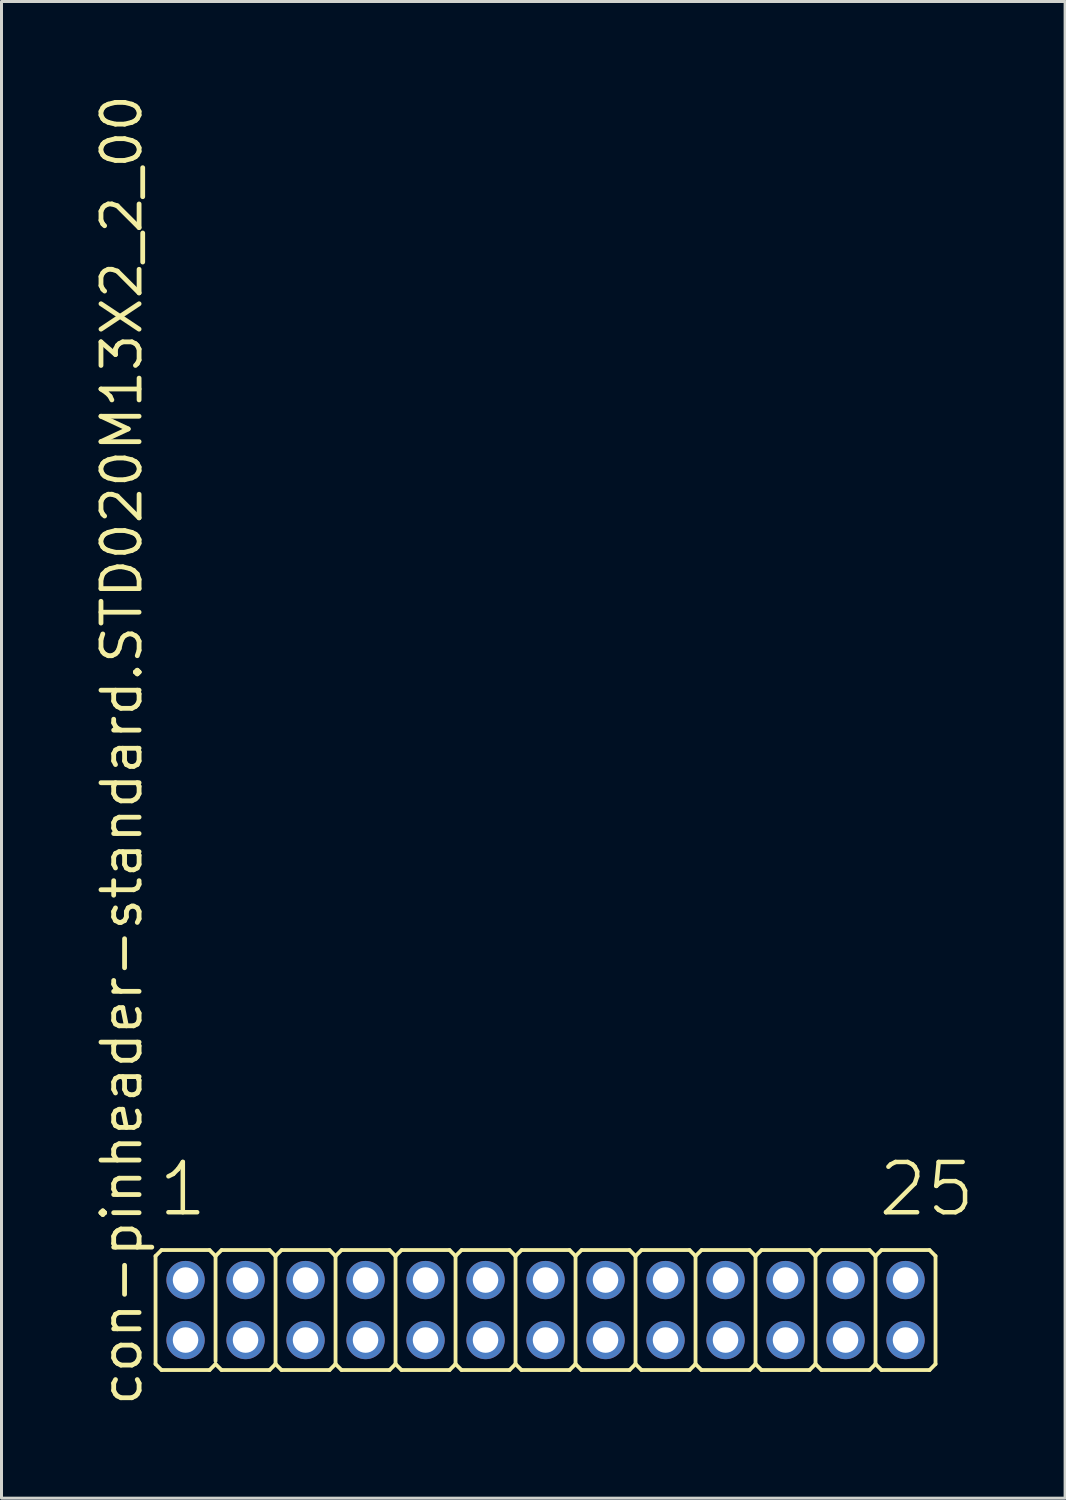
<source format=kicad_pcb>
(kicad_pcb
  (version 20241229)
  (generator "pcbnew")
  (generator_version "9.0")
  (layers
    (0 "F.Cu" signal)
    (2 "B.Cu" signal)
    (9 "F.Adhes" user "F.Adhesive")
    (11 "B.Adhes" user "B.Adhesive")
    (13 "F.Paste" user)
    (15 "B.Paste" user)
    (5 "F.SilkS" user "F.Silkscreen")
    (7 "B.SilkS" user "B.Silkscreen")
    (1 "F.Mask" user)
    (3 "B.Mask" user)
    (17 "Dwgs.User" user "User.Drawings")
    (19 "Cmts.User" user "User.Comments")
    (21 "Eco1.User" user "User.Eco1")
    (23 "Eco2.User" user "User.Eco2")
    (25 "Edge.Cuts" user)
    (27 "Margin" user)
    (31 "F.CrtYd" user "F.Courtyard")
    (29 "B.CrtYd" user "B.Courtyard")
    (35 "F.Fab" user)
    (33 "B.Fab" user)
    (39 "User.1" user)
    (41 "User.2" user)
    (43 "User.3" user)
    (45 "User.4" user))
  (footprint "con-pinheader-standard.STD020M13X2_2_00"
    (layer "F.Cu")
    (at 15.135 40.62)
    (property "Reference" "con-pinheader-standard.STD020M13X2_2_00" (at -13.385 3.27 90) (layer "F.SilkS") (effects (font (size 1.27 1.27) (thickness 0.16)) (justify left bottom)))
    (attr through_hole)
    (fp_line (start -13 1.8) (end -13 -1.8) (stroke (width 0.127) (type default)) (layer "F.SilkS"))
    (fp_line (start -12.8 -2) (end -13 -1.8) (stroke (width 0.127) (type default)) (layer "F.SilkS"))
    (fp_line (start -12.8 -2) (end -11.2 -2) (stroke (width 0.127) (type default)) (layer "F.SilkS"))
    (fp_line (start -12.8 2) (end -13 1.8) (stroke (width 0.127) (type default)) (layer "F.SilkS"))
    (fp_line (start -11.2 -2) (end -11 -1.8) (stroke (width 0.127) (type default)) (layer "F.SilkS"))
    (fp_line (start -11.2 2) (end -12.8 2) (stroke (width 0.127) (type default)) (layer "F.SilkS"))
    (fp_line (start -11.2 2) (end -11 1.8) (stroke (width 0.127) (type default)) (layer "F.SilkS"))
    (fp_line (start -11 -1.8) (end -11 1.7) (stroke (width 0.127) (type default)) (layer "F.SilkS"))
    (fp_line (start -10.8 -2) (end -11 -1.8) (stroke (width 0.127) (type default)) (layer "F.SilkS"))
    (fp_line (start -10.8 -2) (end -9.2 -2) (stroke (width 0.127) (type default)) (layer "F.SilkS"))
    (fp_line (start -10.8 2) (end -11 1.8) (stroke (width 0.127) (type default)) (layer "F.SilkS"))
    (fp_line (start -9.2 -2) (end -9 -1.8) (stroke (width 0.127) (type default)) (layer "F.SilkS"))
    (fp_line (start -9.2 2) (end -10.8 2) (stroke (width 0.127) (type default)) (layer "F.SilkS"))
    (fp_line (start -9.2 2) (end -9 1.8) (stroke (width 0.127) (type default)) (layer "F.SilkS"))
    (fp_line (start -9 -1.8) (end -9 1.8) (stroke (width 0.127) (type default)) (layer "F.SilkS"))
    (fp_line (start -8.8 -2) (end -9 -1.8) (stroke (width 0.127) (type default)) (layer "F.SilkS"))
    (fp_line (start -8.8 -2) (end -7.2 -2) (stroke (width 0.127) (type default)) (layer "F.SilkS"))
    (fp_line (start -8.8 2) (end -9 1.8) (stroke (width 0.127) (type default)) (layer "F.SilkS"))
    (fp_line (start -7.2 -2) (end -7 -1.8) (stroke (width 0.127) (type default)) (layer "F.SilkS"))
    (fp_line (start -7.2 2) (end -8.8 2) (stroke (width 0.127) (type default)) (layer "F.SilkS"))
    (fp_line (start -7.2 2) (end -7 1.8) (stroke (width 0.127) (type default)) (layer "F.SilkS"))
    (fp_line (start -7 -1.8) (end -7 1.8) (stroke (width 0.127) (type default)) (layer "F.SilkS"))
    (fp_line (start -6.8 -2) (end -7 -1.8) (stroke (width 0.127) (type default)) (layer "F.SilkS"))
    (fp_line (start -6.8 -2) (end -5.2 -2) (stroke (width 0.127) (type default)) (layer "F.SilkS"))
    (fp_line (start -6.8 2) (end -7 1.8) (stroke (width 0.127) (type default)) (layer "F.SilkS"))
    (fp_line (start -5.2 -2) (end -5 -1.8) (stroke (width 0.127) (type default)) (layer "F.SilkS"))
    (fp_line (start -5.2 2) (end -6.8 2) (stroke (width 0.127) (type default)) (layer "F.SilkS"))
    (fp_line (start -5.2 2) (end -5 1.8) (stroke (width 0.127) (type default)) (layer "F.SilkS"))
    (fp_line (start -5 -1.8) (end -5 1.8) (stroke (width 0.127) (type default)) (layer "F.SilkS"))
    (fp_line (start -4.8 -2) (end -5 -1.8) (stroke (width 0.127) (type default)) (layer "F.SilkS"))
    (fp_line (start -4.8 -2) (end -3.2 -2) (stroke (width 0.127) (type default)) (layer "F.SilkS"))
    (fp_line (start -4.8 2) (end -5 1.8) (stroke (width 0.127) (type default)) (layer "F.SilkS"))
    (fp_line (start -3.2 -2) (end -3 -1.8) (stroke (width 0.127) (type default)) (layer "F.SilkS"))
    (fp_line (start -3.2 2) (end -4.8 2) (stroke (width 0.127) (type default)) (layer "F.SilkS"))
    (fp_line (start -3.2 2) (end -3 1.8) (stroke (width 0.127) (type default)) (layer "F.SilkS"))
    (fp_line (start -3 -1.8) (end -3 1.8) (stroke (width 0.127) (type default)) (layer "F.SilkS"))
    (fp_line (start -2.8 -2) (end -3 -1.8) (stroke (width 0.127) (type default)) (layer "F.SilkS"))
    (fp_line (start -2.8 -2) (end -1.2 -2) (stroke (width 0.127) (type default)) (layer "F.SilkS"))
    (fp_line (start -2.8 2) (end -3 1.8) (stroke (width 0.127) (type default)) (layer "F.SilkS"))
    (fp_line (start -1.2 -2) (end -1 -1.8) (stroke (width 0.127) (type default)) (layer "F.SilkS"))
    (fp_line (start -1.2 2) (end -2.8 2) (stroke (width 0.127) (type default)) (layer "F.SilkS"))
    (fp_line (start -1.2 2) (end -1 1.8) (stroke (width 0.127) (type default)) (layer "F.SilkS"))
    (fp_line (start -1 -1.8) (end -1 1.8) (stroke (width 0.127) (type default)) (layer "F.SilkS"))
    (fp_line (start -0.8 -2) (end -1 -1.8) (stroke (width 0.127) (type default)) (layer "F.SilkS"))
    (fp_line (start -0.8 -2) (end 0.8 -2) (stroke (width 0.127) (type default)) (layer "F.SilkS"))
    (fp_line (start -0.8 2) (end -1 1.8) (stroke (width 0.127) (type default)) (layer "F.SilkS"))
    (fp_line (start 0.8 -2) (end 1 -1.8) (stroke (width 0.127) (type default)) (layer "F.SilkS"))
    (fp_line (start 0.8 2) (end -0.8 2) (stroke (width 0.127) (type default)) (layer "F.SilkS"))
    (fp_line (start 0.8 2) (end 1 1.8) (stroke (width 0.127) (type default)) (layer "F.SilkS"))
    (fp_line (start 1 -1.8) (end 1 1.8) (stroke (width 0.127) (type default)) (layer "F.SilkS"))
    (fp_line (start 1.2 -2) (end 1 -1.8) (stroke (width 0.127) (type default)) (layer "F.SilkS"))
    (fp_line (start 1.2 -2) (end 2.8 -2) (stroke (width 0.127) (type default)) (layer "F.SilkS"))
    (fp_line (start 1.2 2) (end 1 1.8) (stroke (width 0.127) (type default)) (layer "F.SilkS"))
    (fp_line (start 2.8 -2) (end 3 -1.8) (stroke (width 0.127) (type default)) (layer "F.SilkS"))
    (fp_line (start 2.8 2) (end 1.2 2) (stroke (width 0.127) (type default)) (layer "F.SilkS"))
    (fp_line (start 2.8 2) (end 3 1.8) (stroke (width 0.127) (type default)) (layer "F.SilkS"))
    (fp_line (start 3 -1.8) (end 3 1.8) (stroke (width 0.127) (type default)) (layer "F.SilkS"))
    (fp_line (start 3.2 -2) (end 3 -1.8) (stroke (width 0.127) (type default)) (layer "F.SilkS"))
    (fp_line (start 3.2 -2) (end 4.8 -2) (stroke (width 0.127) (type default)) (layer "F.SilkS"))
    (fp_line (start 3.2 2) (end 3 1.8) (stroke (width 0.127) (type default)) (layer "F.SilkS"))
    (fp_line (start 4.8 -2) (end 5 -1.8) (stroke (width 0.127) (type default)) (layer "F.SilkS"))
    (fp_line (start 4.8 2) (end 3.2 2) (stroke (width 0.127) (type default)) (layer "F.SilkS"))
    (fp_line (start 4.8 2) (end 5 1.8) (stroke (width 0.127) (type default)) (layer "F.SilkS"))
    (fp_line (start 5 -1.8) (end 5 1.8) (stroke (width 0.127) (type default)) (layer "F.SilkS"))
    (fp_line (start 5.2 -2) (end 5 -1.8) (stroke (width 0.127) (type default)) (layer "F.SilkS"))
    (fp_line (start 5.2 -2) (end 6.8 -2) (stroke (width 0.127) (type default)) (layer "F.SilkS"))
    (fp_line (start 5.2 2) (end 5 1.8) (stroke (width 0.127) (type default)) (layer "F.SilkS"))
    (fp_line (start 6.8 -2) (end 7 -1.8) (stroke (width 0.127) (type default)) (layer "F.SilkS"))
    (fp_line (start 6.8 2) (end 5.2 2) (stroke (width 0.127) (type default)) (layer "F.SilkS"))
    (fp_line (start 6.8 2) (end 7 1.8) (stroke (width 0.127) (type default)) (layer "F.SilkS"))
    (fp_line (start 7 -1.8) (end 7 1.8) (stroke (width 0.127) (type default)) (layer "F.SilkS"))
    (fp_line (start 7.2 -2) (end 7 -1.8) (stroke (width 0.127) (type default)) (layer "F.SilkS"))
    (fp_line (start 7.2 -2) (end 8.8 -2) (stroke (width 0.127) (type default)) (layer "F.SilkS"))
    (fp_line (start 7.2 2) (end 7 1.8) (stroke (width 0.127) (type default)) (layer "F.SilkS"))
    (fp_line (start 8.8 -2) (end 9 -1.8) (stroke (width 0.127) (type default)) (layer "F.SilkS"))
    (fp_line (start 8.8 2) (end 7.2 2) (stroke (width 0.127) (type default)) (layer "F.SilkS"))
    (fp_line (start 8.8 2) (end 9 1.8) (stroke (width 0.127) (type default)) (layer "F.SilkS"))
    (fp_line (start 9 -1.8) (end 9 1.8) (stroke (width 0.127) (type default)) (layer "F.SilkS"))
    (fp_line (start 9.2 -2) (end 9 -1.8) (stroke (width 0.127) (type default)) (layer "F.SilkS"))
    (fp_line (start 9.2 -2) (end 10.8 -2) (stroke (width 0.127) (type default)) (layer "F.SilkS"))
    (fp_line (start 9.2 2) (end 9 1.8) (stroke (width 0.127) (type default)) (layer "F.SilkS"))
    (fp_line (start 10.8 -2) (end 11 -1.8) (stroke (width 0.127) (type default)) (layer "F.SilkS"))
    (fp_line (start 10.8 2) (end 9.2 2) (stroke (width 0.127) (type default)) (layer "F.SilkS"))
    (fp_line (start 10.8 2) (end 11 1.8) (stroke (width 0.127) (type default)) (layer "F.SilkS"))
    (fp_line (start 11 -1.8) (end 11 1.8) (stroke (width 0.127) (type default)) (layer "F.SilkS"))
    (fp_line (start 11.2 -2) (end 11 -1.8) (stroke (width 0.127) (type default)) (layer "F.SilkS"))
    (fp_line (start 11.2 -2) (end 12.8 -2) (stroke (width 0.127) (type default)) (layer "F.SilkS"))
    (fp_line (start 11.2 2) (end 11 1.8) (stroke (width 0.127) (type default)) (layer "F.SilkS"))
    (fp_line (start 12.8 -2) (end 13 -1.8) (stroke (width 0.127) (type default)) (layer "F.SilkS"))
    (fp_line (start 12.8 2) (end 11.2 2) (stroke (width 0.127) (type default)) (layer "F.SilkS"))
    (fp_line (start 12.8 2) (end 13 1.8) (stroke (width 0.127) (type default)) (layer "F.SilkS"))
    (fp_line (start 13 -1.8) (end 13 1.8) (stroke (width 0.127) (type default)) (layer "F.SilkS"))
    (fp_rect (start -12.25 -0.75) (end -11.75 -1.25) (stroke (width 0.05) (type default)) (fill no) (layer "F.Fab"))
    (fp_rect (start -12.25 1.25) (end -11.75 0.75) (stroke (width 0.05) (type default)) (fill no) (layer "F.Fab"))
    (fp_rect (start -10.25 -0.75) (end -9.75 -1.25) (stroke (width 0.05) (type default)) (fill no) (layer "F.Fab"))
    (fp_rect (start -10.25 1.25) (end -9.75 0.75) (stroke (width 0.05) (type default)) (fill no) (layer "F.Fab"))
    (fp_rect (start -8.25 -0.75) (end -7.75 -1.25) (stroke (width 0.05) (type default)) (fill no) (layer "F.Fab"))
    (fp_rect (start -8.25 1.25) (end -7.75 0.75) (stroke (width 0.05) (type default)) (fill no) (layer "F.Fab"))
    (fp_rect (start -6.25 -0.75) (end -5.75 -1.25) (stroke (width 0.05) (type default)) (fill no) (layer "F.Fab"))
    (fp_rect (start -6.25 1.25) (end -5.75 0.75) (stroke (width 0.05) (type default)) (fill no) (layer "F.Fab"))
    (fp_rect (start -4.25 -0.75) (end -3.75 -1.25) (stroke (width 0.05) (type default)) (fill no) (layer "F.Fab"))
    (fp_rect (start -4.25 1.25) (end -3.75 0.75) (stroke (width 0.05) (type default)) (fill no) (layer "F.Fab"))
    (fp_rect (start -2.25 -0.75) (end -1.75 -1.25) (stroke (width 0.05) (type default)) (fill no) (layer "F.Fab"))
    (fp_rect (start -2.25 1.25) (end -1.75 0.75) (stroke (width 0.05) (type default)) (fill no) (layer "F.Fab"))
    (fp_rect (start -0.25 -0.75) (end 0.25 -1.25) (stroke (width 0.05) (type default)) (fill no) (layer "F.Fab"))
    (fp_rect (start -0.25 1.25) (end 0.25 0.75) (stroke (width 0.05) (type default)) (fill no) (layer "F.Fab"))
    (fp_rect (start 1.75 -0.75) (end 2.25 -1.25) (stroke (width 0.05) (type default)) (fill no) (layer "F.Fab"))
    (fp_rect (start 1.75 1.25) (end 2.25 0.75) (stroke (width 0.05) (type default)) (fill no) (layer "F.Fab"))
    (fp_rect (start 3.75 -0.75) (end 4.25 -1.25) (stroke (width 0.05) (type default)) (fill no) (layer "F.Fab"))
    (fp_rect (start 3.75 1.25) (end 4.25 0.75) (stroke (width 0.05) (type default)) (fill no) (layer "F.Fab"))
    (fp_rect (start 5.75 -0.75) (end 6.25 -1.25) (stroke (width 0.05) (type default)) (fill no) (layer "F.Fab"))
    (fp_rect (start 5.75 1.25) (end 6.25 0.75) (stroke (width 0.05) (type default)) (fill no) (layer "F.Fab"))
    (fp_rect (start 7.75 -0.75) (end 8.25 -1.25) (stroke (width 0.05) (type default)) (fill no) (layer "F.Fab"))
    (fp_rect (start 7.75 1.25) (end 8.25 0.75) (stroke (width 0.05) (type default)) (fill no) (layer "F.Fab"))
    (fp_rect (start 9.75 -0.75) (end 10.25 -1.25) (stroke (width 0.05) (type default)) (fill no) (layer "F.Fab"))
    (fp_rect (start 9.75 1.25) (end 10.25 0.75) (stroke (width 0.05) (type default)) (fill no) (layer "F.Fab"))
    (fp_rect (start 11.75 -0.75) (end 12.25 -1.25) (stroke (width 0.05) (type default)) (fill no) (layer "F.Fab"))
    (fp_rect (start 11.75 1.25) (end 12.25 0.75) (stroke (width 0.05) (type default)) (fill no) (layer "F.Fab"))
    (fp_text user "25" (at 11.012 -3.048 0) (layer "F.SilkS") (effects (font (size 1.676 1.676) (thickness 0.15)) (justify left bottom)))
    (fp_text user "1" (at -12.988 -3.048 0) (layer "F.SilkS") (effects (font (size 1.676 1.676) (thickness 0.15)) (justify left bottom)))
    (pad "1" thru_hole circle (at -12 -1) (size 1.275 1.275) (drill 0.85) (layers "*.Cu" "*.Mask"))
    (pad "2" thru_hole circle (at -12 1) (size 1.275 1.275) (drill 0.85) (layers "*.Cu" "*.Mask"))
    (pad "3" thru_hole circle (at -10 -1) (size 1.275 1.275) (drill 0.85) (layers "*.Cu" "*.Mask"))
    (pad "4" thru_hole circle (at -10 1) (size 1.275 1.275) (drill 0.85) (layers "*.Cu" "*.Mask"))
    (pad "5" thru_hole circle (at -8 -1) (size 1.275 1.275) (drill 0.85) (layers "*.Cu" "*.Mask"))
    (pad "6" thru_hole circle (at -8 1) (size 1.275 1.275) (drill 0.85) (layers "*.Cu" "*.Mask"))
    (pad "7" thru_hole circle (at -6 -1) (size 1.275 1.275) (drill 0.85) (layers "*.Cu" "*.Mask"))
    (pad "8" thru_hole circle (at -6 1) (size 1.275 1.275) (drill 0.85) (layers "*.Cu" "*.Mask"))
    (pad "9" thru_hole circle (at -4 -1) (size 1.275 1.275) (drill 0.85) (layers "*.Cu" "*.Mask"))
    (pad "10" thru_hole circle (at -4 1) (size 1.275 1.275) (drill 0.85) (layers "*.Cu" "*.Mask"))
    (pad "11" thru_hole circle (at -2 -1) (size 1.275 1.275) (drill 0.85) (layers "*.Cu" "*.Mask"))
    (pad "12" thru_hole circle (at -2 1) (size 1.275 1.275) (drill 0.85) (layers "*.Cu" "*.Mask"))
    (pad "13" thru_hole circle (at 0 -1) (size 1.275 1.275) (drill 0.85) (layers "*.Cu" "*.Mask"))
    (pad "14" thru_hole circle (at 0 1) (size 1.275 1.275) (drill 0.85) (layers "*.Cu" "*.Mask"))
    (pad "15" thru_hole circle (at 2 -1) (size 1.275 1.275) (drill 0.85) (layers "*.Cu" "*.Mask"))
    (pad "16" thru_hole circle (at 2 1) (size 1.275 1.275) (drill 0.85) (layers "*.Cu" "*.Mask"))
    (pad "17" thru_hole circle (at 4 -1) (size 1.275 1.275) (drill 0.85) (layers "*.Cu" "*.Mask"))
    (pad "18" thru_hole circle (at 4 1) (size 1.275 1.275) (drill 0.85) (layers "*.Cu" "*.Mask"))
    (pad "19" thru_hole circle (at 6 -1) (size 1.275 1.275) (drill 0.85) (layers "*.Cu" "*.Mask"))
    (pad "20" thru_hole circle (at 6 1) (size 1.275 1.275) (drill 0.85) (layers "*.Cu" "*.Mask"))
    (pad "21" thru_hole circle (at 8 -1) (size 1.275 1.275) (drill 0.85) (layers "*.Cu" "*.Mask"))
    (pad "22" thru_hole circle (at 8 1) (size 1.275 1.275) (drill 0.85) (layers "*.Cu" "*.Mask"))
    (pad "23" thru_hole circle (at 10 -1) (size 1.275 1.275) (drill 0.85) (layers "*.Cu" "*.Mask"))
    (pad "24" thru_hole circle (at 10 1) (size 1.275 1.275) (drill 0.85) (layers "*.Cu" "*.Mask"))
    (pad "25" thru_hole circle (at 12 -1) (size 1.275 1.275) (drill 0.85) (layers "*.Cu" "*.Mask"))
    (pad "26" thru_hole circle (at 12 1) (size 1.275 1.275) (drill 0.85) (layers "*.Cu" "*.Mask")))
  (gr_rect
    (start -3 -3)
    (end 32.455 46.89)
    (stroke (width 0.1) (type default))
    (fill no)
    (layer "Edge.Cuts")))
</source>
